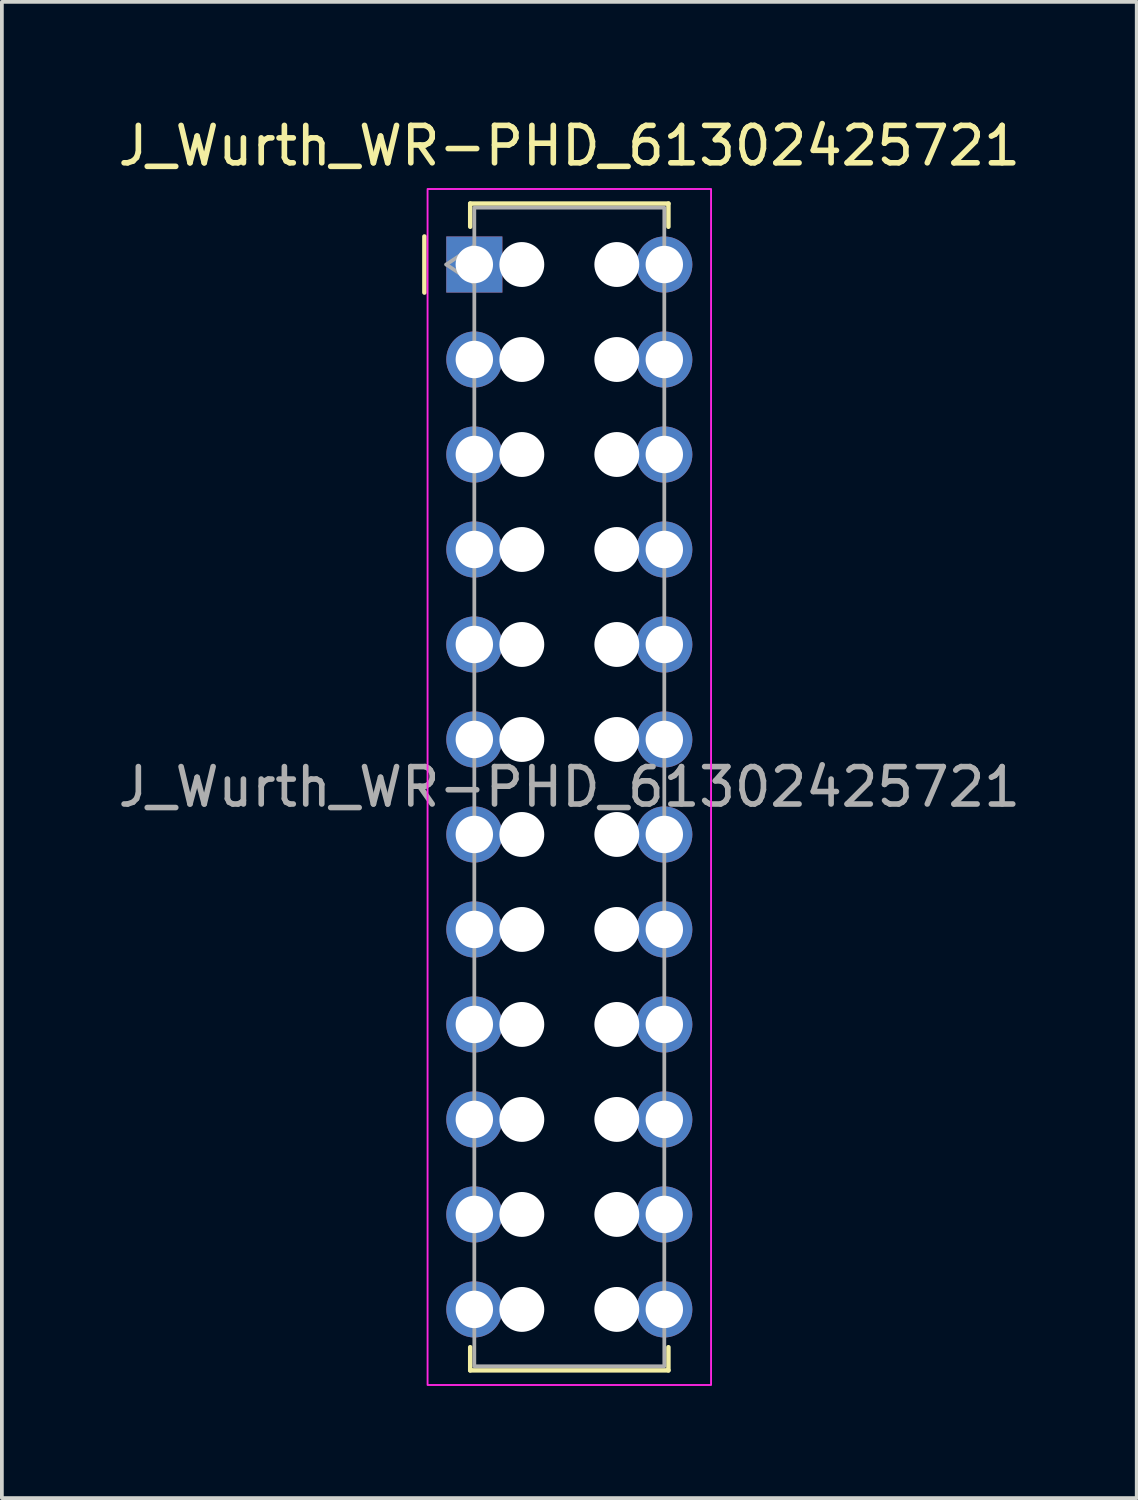
<source format=kicad_pcb>
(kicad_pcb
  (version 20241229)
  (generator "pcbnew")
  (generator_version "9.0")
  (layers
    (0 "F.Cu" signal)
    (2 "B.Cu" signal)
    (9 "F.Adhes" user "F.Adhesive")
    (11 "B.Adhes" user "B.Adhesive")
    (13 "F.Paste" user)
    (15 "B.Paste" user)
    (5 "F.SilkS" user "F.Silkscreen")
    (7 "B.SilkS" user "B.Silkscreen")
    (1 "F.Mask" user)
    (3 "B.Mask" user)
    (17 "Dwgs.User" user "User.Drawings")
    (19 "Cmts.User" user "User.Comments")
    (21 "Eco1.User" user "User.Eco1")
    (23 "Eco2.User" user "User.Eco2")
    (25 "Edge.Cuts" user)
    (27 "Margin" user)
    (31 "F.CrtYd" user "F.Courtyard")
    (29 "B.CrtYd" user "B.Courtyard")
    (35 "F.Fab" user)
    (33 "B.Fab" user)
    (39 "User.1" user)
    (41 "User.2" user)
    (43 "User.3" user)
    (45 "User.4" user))
  (footprint "J_Wurth_WR-PHD_61302425721"
    (layer "F.Cu")
    (at 9.633 4.023)
    (property "Reference" "J_Wurth_WR-PHD_61302425721" (at 2.54 -3.175 0) (unlocked yes) (layer "F.SilkS") (effects (font (size 1 1) (thickness 0.15))))
    (attr through_hole)
    (fp_line (start -1.335 -0.75) (end -1.335 0.75) (stroke (width 0.12) (type solid)) (layer "F.SilkS"))
    (fp_line (start -0.11 -1.63) (end -0.11 -1.01) (stroke (width 0.12) (type solid)) (layer "F.SilkS"))
    (fp_line (start -0.11 29.57) (end -0.11 28.95) (stroke (width 0.12) (type solid)) (layer "F.SilkS"))
    (fp_line (start 5.19 -1.63) (end -0.11 -1.63) (stroke (width 0.12) (type solid)) (layer "F.SilkS"))
    (fp_line (start 5.19 -1.63) (end 5.19 -1.01) (stroke (width 0.12) (type solid)) (layer "F.SilkS"))
    (fp_line (start 5.19 29.57) (end -0.11 29.57) (stroke (width 0.12) (type solid)) (layer "F.SilkS"))
    (fp_line (start 5.19 29.57) (end 5.19 28.95) (stroke (width 0.12) (type solid)) (layer "F.SilkS"))
    (fp_rect (start -1.25 -2.02) (end 6.33 29.96) (stroke (width 0.05) (type solid)) (fill no) (layer "F.CrtYd"))
    (fp_line (start -0.75 0) (end 0 -0.5) (stroke (width 0.1) (type solid)) (layer "F.Fab"))
    (fp_line (start 0 0.5) (end -0.75 0) (stroke (width 0.1) (type solid)) (layer "F.Fab"))
    (fp_rect (start 0 -1.52) (end 5.08 29.46) (stroke (width 0.1) (type solid)) (fill no) (layer "F.Fab"))
    (fp_text user "${REFERENCE}" (at 2.54 13.97 0) (unlocked yes) (layer "F.Fab") (effects (font (size 1 1) (thickness 0.15))))
    (pad "" np_thru_hole circle (at 1.27 0 270) (size 1.2 1.2) (drill 1.2) (layers "*.Cu" "*.Mask"))
    (pad "" np_thru_hole circle (at 1.27 2.54 270) (size 1.2 1.2) (drill 1.2) (layers "*.Cu" "*.Mask"))
    (pad "" np_thru_hole circle (at 1.27 5.08 270) (size 1.2 1.2) (drill 1.2) (layers "*.Cu" "*.Mask"))
    (pad "" np_thru_hole circle (at 1.27 7.62 270) (size 1.2 1.2) (drill 1.2) (layers "*.Cu" "*.Mask"))
    (pad "" np_thru_hole circle (at 1.27 10.16 270) (size 1.2 1.2) (drill 1.2) (layers "*.Cu" "*.Mask"))
    (pad "" np_thru_hole circle (at 1.27 12.7 270) (size 1.2 1.2) (drill 1.2) (layers "*.Cu" "*.Mask"))
    (pad "" np_thru_hole circle (at 1.27 15.24 270) (size 1.2 1.2) (drill 1.2) (layers "*.Cu" "*.Mask"))
    (pad "" np_thru_hole circle (at 1.27 17.78 270) (size 1.2 1.2) (drill 1.2) (layers "*.Cu" "*.Mask"))
    (pad "" np_thru_hole circle (at 1.27 20.32 270) (size 1.2 1.2) (drill 1.2) (layers "*.Cu" "*.Mask"))
    (pad "" np_thru_hole circle (at 1.27 22.86 270) (size 1.2 1.2) (drill 1.2) (layers "*.Cu" "*.Mask"))
    (pad "" np_thru_hole circle (at 1.27 25.4 270) (size 1.2 1.2) (drill 1.2) (layers "*.Cu" "*.Mask"))
    (pad "" np_thru_hole circle (at 1.27 27.94 270) (size 1.2 1.2) (drill 1.2) (layers "*.Cu" "*.Mask"))
    (pad "" np_thru_hole circle (at 3.81 0 270) (size 1.2 1.2) (drill 1.2) (layers "*.Cu" "*.Mask"))
    (pad "" np_thru_hole circle (at 3.81 2.54 270) (size 1.2 1.2) (drill 1.2) (layers "*.Cu" "*.Mask"))
    (pad "" np_thru_hole circle (at 3.81 5.08 270) (size 1.2 1.2) (drill 1.2) (layers "*.Cu" "*.Mask"))
    (pad "" np_thru_hole circle (at 3.81 7.62 270) (size 1.2 1.2) (drill 1.2) (layers "*.Cu" "*.Mask"))
    (pad "" np_thru_hole circle (at 3.81 10.16 270) (size 1.2 1.2) (drill 1.2) (layers "*.Cu" "*.Mask"))
    (pad "" np_thru_hole circle (at 3.81 12.7 270) (size 1.2 1.2) (drill 1.2) (layers "*.Cu" "*.Mask"))
    (pad "" np_thru_hole circle (at 3.81 15.24 270) (size 1.2 1.2) (drill 1.2) (layers "*.Cu" "*.Mask"))
    (pad "" np_thru_hole circle (at 3.81 17.78 270) (size 1.2 1.2) (drill 1.2) (layers "*.Cu" "*.Mask"))
    (pad "" np_thru_hole circle (at 3.81 20.32 270) (size 1.2 1.2) (drill 1.2) (layers "*.Cu" "*.Mask"))
    (pad "" np_thru_hole circle (at 3.81 22.86 270) (size 1.2 1.2) (drill 1.2) (layers "*.Cu" "*.Mask"))
    (pad "" np_thru_hole circle (at 3.81 25.4 270) (size 1.2 1.2) (drill 1.2) (layers "*.Cu" "*.Mask"))
    (pad "" np_thru_hole circle (at 3.81 27.94 270) (size 1.2 1.2) (drill 1.2) (layers "*.Cu" "*.Mask"))
    (pad "1" thru_hole rect (at 0 0 270) (size 1.5 1.5) (drill 1) (layers "*.Cu" "*.Mask"))
    (pad "2" thru_hole circle (at 5.08 0 270) (size 1.5 1.5) (drill 1) (layers "*.Cu" "*.Mask"))
    (pad "3" thru_hole circle (at 0 2.54 270) (size 1.5 1.5) (drill 1) (layers "*.Cu" "*.Mask"))
    (pad "4" thru_hole circle (at 5.08 2.54 270) (size 1.5 1.5) (drill 1) (layers "*.Cu" "*.Mask"))
    (pad "5" thru_hole circle (at 0 5.08 270) (size 1.5 1.5) (drill 1) (layers "*.Cu" "*.Mask"))
    (pad "6" thru_hole circle (at 5.08 5.08 270) (size 1.5 1.5) (drill 1) (layers "*.Cu" "*.Mask"))
    (pad "7" thru_hole circle (at 0 7.62 270) (size 1.5 1.5) (drill 1) (layers "*.Cu" "*.Mask"))
    (pad "8" thru_hole circle (at 5.08 7.62 270) (size 1.5 1.5) (drill 1) (layers "*.Cu" "*.Mask"))
    (pad "9" thru_hole circle (at 0 10.16 270) (size 1.5 1.5) (drill 1) (layers "*.Cu" "*.Mask"))
    (pad "10" thru_hole circle (at 5.08 10.16 270) (size 1.5 1.5) (drill 1) (layers "*.Cu" "*.Mask"))
    (pad "11" thru_hole circle (at 0 12.7 270) (size 1.5 1.5) (drill 1) (layers "*.Cu" "*.Mask"))
    (pad "12" thru_hole circle (at 5.08 12.7 270) (size 1.5 1.5) (drill 1) (layers "*.Cu" "*.Mask"))
    (pad "13" thru_hole circle (at 0 15.24 270) (size 1.5 1.5) (drill 1) (layers "*.Cu" "*.Mask"))
    (pad "14" thru_hole circle (at 5.08 15.24 270) (size 1.5 1.5) (drill 1) (layers "*.Cu" "*.Mask"))
    (pad "15" thru_hole circle (at 0 17.78 270) (size 1.5 1.5) (drill 1) (layers "*.Cu" "*.Mask"))
    (pad "16" thru_hole circle (at 5.08 17.78 270) (size 1.5 1.5) (drill 1) (layers "*.Cu" "*.Mask"))
    (pad "17" thru_hole circle (at 0 20.32 270) (size 1.5 1.5) (drill 1) (layers "*.Cu" "*.Mask"))
    (pad "18" thru_hole circle (at 5.08 20.32 270) (size 1.5 1.5) (drill 1) (layers "*.Cu" "*.Mask"))
    (pad "19" thru_hole circle (at 0 22.86 270) (size 1.5 1.5) (drill 1) (layers "*.Cu" "*.Mask"))
    (pad "20" thru_hole circle (at 5.08 22.86 270) (size 1.5 1.5) (drill 1) (layers "*.Cu" "*.Mask"))
    (pad "21" thru_hole circle (at 0 25.4 270) (size 1.5 1.5) (drill 1) (layers "*.Cu" "*.Mask"))
    (pad "22" thru_hole circle (at 5.08 25.4 270) (size 1.5 1.5) (drill 1) (layers "*.Cu" "*.Mask"))
    (pad "23" thru_hole circle (at 0 27.94 270) (size 1.5 1.5) (drill 1) (layers "*.Cu" "*.Mask"))
    (pad "24" thru_hole circle (at 5.08 27.94 270) (size 1.5 1.5) (drill 1) (layers "*.Cu" "*.Mask")))
  (gr_rect
    (start -3 -3)
    (end 27.345 37.008)
    (stroke (width 0.1) (type default))
    (fill no)
    (layer "Edge.Cuts")))
</source>
